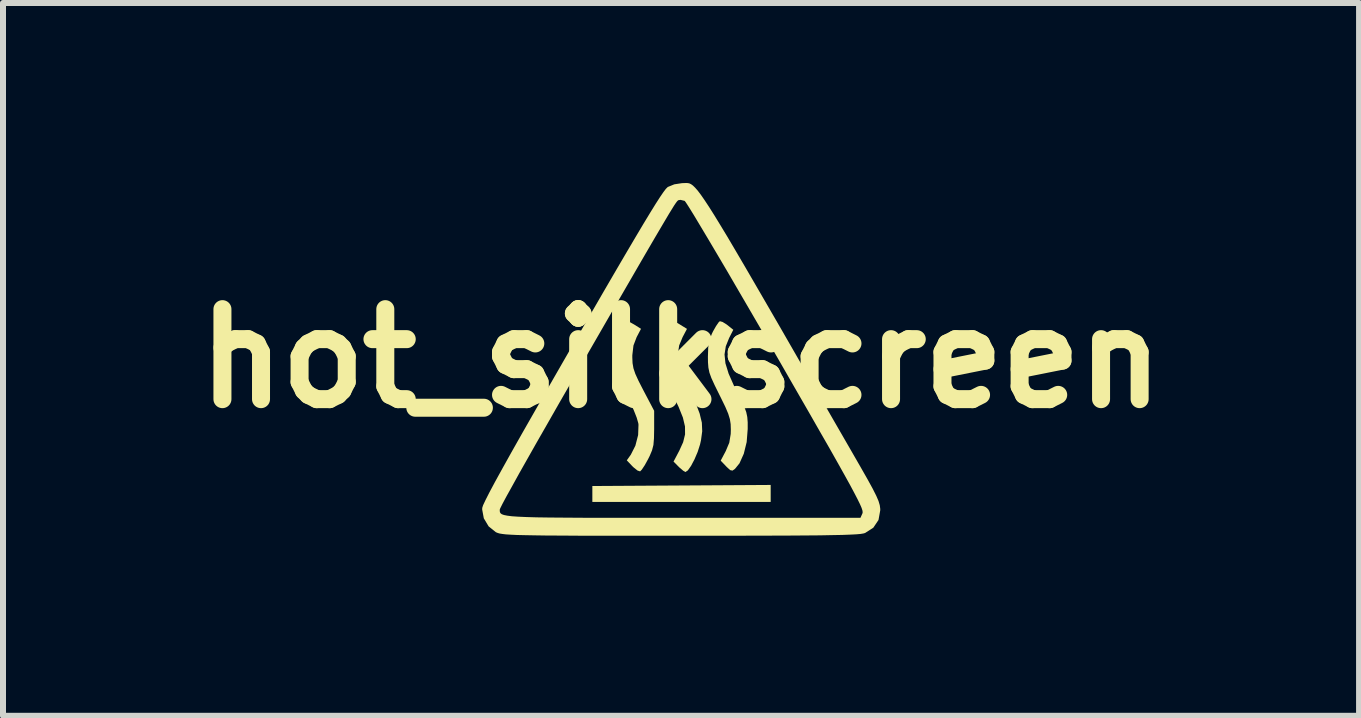
<source format=kicad_pcb>
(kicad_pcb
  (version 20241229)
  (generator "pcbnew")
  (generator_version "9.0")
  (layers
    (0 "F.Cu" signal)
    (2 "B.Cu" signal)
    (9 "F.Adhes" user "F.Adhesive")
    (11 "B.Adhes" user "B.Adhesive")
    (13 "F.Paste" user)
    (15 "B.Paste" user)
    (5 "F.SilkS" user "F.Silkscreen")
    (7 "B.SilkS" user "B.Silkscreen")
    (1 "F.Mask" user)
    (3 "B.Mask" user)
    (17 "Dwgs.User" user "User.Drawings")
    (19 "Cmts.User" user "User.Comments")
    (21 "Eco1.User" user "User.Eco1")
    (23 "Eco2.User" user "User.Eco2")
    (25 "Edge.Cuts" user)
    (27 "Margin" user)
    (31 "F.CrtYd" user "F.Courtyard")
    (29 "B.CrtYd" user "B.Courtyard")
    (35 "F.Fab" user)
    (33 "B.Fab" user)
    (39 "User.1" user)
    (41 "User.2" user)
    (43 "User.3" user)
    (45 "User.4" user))
  (footprint "hot_silkscreen"
    (layer "F.Cu")
    (at 8.3 2.924)
    (property "Reference" "hot_silkscreen" (at 0 0 0) (layer "F.SilkS") (effects (font (size 1.5 1.5) (thickness 0.3))))
    (attr board_only exclude_from_pos_files exclude_from_bom)
    (fp_poly (pts (xy 1.494 2.249) (xy 1.494 2.391) (xy 0.008 2.391) (xy -1.478 2.391) (xy -1.478 2.258) (xy -1.478 2.126) (xy 0.008 2.117) (xy 1.494 2.108)) (stroke (width 0) (type solid)) (fill yes) (layer "F.SilkS"))
    (fp_poly (pts (xy -0.87 -0.615) (xy -0.798 -0.575) (xy -0.777 -0.563) (xy -0.667 -0.494) (xy -0.74 -0.355) (xy -0.793 -0.216) (xy -0.812 -0.053) (xy -0.812 -0.017) (xy -0.808 0.078) (xy -0.793 0.164) (xy -0.762 0.256) (xy -0.709 0.372) (xy -0.629 0.528) (xy -0.448 0.872) (xy -0.448 1.177) (xy -0.451 1.331) (xy -0.46 1.441) (xy -0.483 1.531) (xy -0.522 1.624) (xy -0.548 1.676) (xy -0.604 1.778) (xy -0.653 1.852) (xy -0.682 1.882) (xy -0.725 1.868) (xy -0.789 1.817) (xy -0.811 1.796) (xy -0.904 1.698) (xy -0.837 1.604) (xy -0.761 1.454) (xy -0.715 1.276) (xy -0.709 1.105) (xy -0.712 1.08) (xy -0.739 0.986) (xy -0.789 0.859) (xy -0.853 0.726) (xy -0.864 0.705) (xy -0.996 0.429) (xy -1.077 0.184) (xy -1.107 -0.037) (xy -1.087 -0.244) (xy -1.02 -0.443) (xy -0.971 -0.541) (xy -0.931 -0.609) (xy -0.911 -0.631)) (stroke (width 0) (type solid)) (fill yes) (layer "F.SilkS"))
    (fp_poly (pts (xy -0.104 -0.615) (xy -0.035 -0.576) (xy -0.013 -0.562) (xy 0.099 -0.493) (xy 0.026 -0.355) (xy -0.031 -0.217) (xy -0.052 -0.078) (xy -0.037 0.073) (xy 0.016 0.248) (xy 0.109 0.46) (xy 0.139 0.52) (xy 0.242 0.738) (xy 0.31 0.917) (xy 0.347 1.07) (xy 0.353 1.213) (xy 0.333 1.361) (xy 0.317 1.433) (xy 0.277 1.558) (xy 0.224 1.682) (xy 0.167 1.79) (xy 0.114 1.865) (xy 0.073 1.893) (xy 0.036 1.871) (xy -0.026 1.818) (xy -0.038 1.806) (xy -0.125 1.719) (xy -0.029 1.537) (xy 0.035 1.396) (xy 0.067 1.266) (xy 0.066 1.133) (xy 0.031 0.985) (xy -0.041 0.806) (xy -0.121 0.641) (xy -0.202 0.476) (xy -0.258 0.351) (xy -0.292 0.248) (xy -0.312 0.151) (xy -0.323 0.041) (xy -0.324 0.023) (xy -0.33 -0.117) (xy -0.321 -0.222) (xy -0.292 -0.322) (xy -0.249 -0.427) (xy -0.2 -0.529) (xy -0.161 -0.603) (xy -0.141 -0.631) (xy -0.14 -0.631)) (stroke (width 0) (type solid)) (fill yes) (layer "F.SilkS"))
    (fp_poly (pts (xy 0.693 -0.608) (xy 0.762 -0.565) (xy 0.776 -0.554) (xy 0.871 -0.478) (xy 0.801 -0.34) (xy 0.746 -0.203) (xy 0.725 -0.067) (xy 0.74 0.081) (xy 0.793 0.253) (xy 0.885 0.461) (xy 0.921 0.533) (xy 1.001 0.69) (xy 1.054 0.805) (xy 1.087 0.895) (xy 1.104 0.976) (xy 1.111 1.065) (xy 1.111 1.176) (xy 1.094 1.393) (xy 1.046 1.588) (xy 0.974 1.748) (xy 0.899 1.84) (xy 0.858 1.869) (xy 0.819 1.861) (xy 0.762 1.809) (xy 0.751 1.797) (xy 0.661 1.703) (xy 0.745 1.544) (xy 0.804 1.404) (xy 0.828 1.258) (xy 0.83 1.185) (xy 0.827 1.094) (xy 0.814 1.011) (xy 0.786 0.92) (xy 0.738 0.807) (xy 0.664 0.655) (xy 0.639 0.605) (xy 0.56 0.445) (xy 0.506 0.327) (xy 0.473 0.236) (xy 0.456 0.153) (xy 0.449 0.064) (xy 0.448 -0.029) (xy 0.453 -0.184) (xy 0.473 -0.3) (xy 0.512 -0.407) (xy 0.531 -0.447) (xy 0.583 -0.539) (xy 0.627 -0.603) (xy 0.647 -0.621)) (stroke (width 0) (type solid)) (fill yes) (layer "F.SilkS"))
    (fp_poly (pts (xy 0.111 -2.923) (xy 0.138 -2.918) (xy 0.166 -2.905) (xy 0.198 -2.882) (xy 0.235 -2.846) (xy 0.279 -2.796) (xy 0.331 -2.727) (xy 0.392 -2.639) (xy 0.466 -2.527) (xy 0.552 -2.391) (xy 0.653 -2.226) (xy 0.771 -2.031) (xy 0.906 -1.802) (xy 1.061 -1.538) (xy 1.237 -1.235) (xy 1.436 -0.892) (xy 1.66 -0.505) (xy 1.909 -0.072) (xy 2.186 0.409) (xy 2.492 0.942) (xy 2.83 1.528) (xy 2.994 1.813) (xy 3.109 2.015) (xy 3.194 2.17) (xy 3.253 2.287) (xy 3.291 2.375) (xy 3.312 2.446) (xy 3.32 2.506) (xy 3.32 2.531) (xy 3.291 2.692) (xy 3.205 2.82) (xy 3.067 2.909) (xy 3.038 2.917) (xy 2.989 2.925) (xy 2.917 2.931) (xy 2.818 2.936) (xy 2.687 2.941) (xy 2.522 2.944) (xy 2.317 2.948) (xy 2.07 2.95) (xy 1.777 2.952) (xy 1.433 2.953) (xy 1.034 2.954) (xy 0.577 2.955) (xy 0.059 2.955) (xy -0.008 2.955) (xy -0.52 2.955) (xy -0.97 2.955) (xy -1.362 2.954) (xy -1.701 2.954) (xy -1.99 2.952) (xy -2.233 2.951) (xy -2.436 2.948) (xy -2.601 2.945) (xy -2.734 2.942) (xy -2.838 2.937) (xy -2.918 2.932) (xy -2.977 2.925) (xy -3.021 2.918) (xy -3.053 2.909) (xy -3.078 2.899) (xy -3.088 2.894) (xy -3.207 2.798) (xy -3.287 2.664) (xy -3.314 2.518) (xy -3.021 2.518) (xy -3.021 2.542) (xy -3.018 2.562) (xy -3.008 2.58) (xy -2.987 2.596) (xy -2.951 2.609) (xy -2.896 2.62) (xy -2.818 2.63) (xy -2.713 2.637) (xy -2.577 2.643) (xy -2.406 2.648) (xy -2.196 2.651) (xy -1.944 2.653) (xy -1.644 2.655) (xy -1.293 2.656) (xy -0.887 2.656) (xy -0.422 2.656) (xy 0.024 2.656) (xy 2.99 2.656) (xy 3.024 2.58) (xy 3.027 2.562) (xy 3.023 2.533) (xy 3.009 2.49) (xy 2.983 2.43) (xy 2.943 2.348) (xy 2.888 2.242) (xy 2.816 2.107) (xy 2.724 1.941) (xy 2.611 1.739) (xy 2.475 1.498) (xy 2.313 1.216) (xy 2.125 0.887) (xy 1.907 0.509) (xy 1.659 0.077) (xy 1.588 -0.046) (xy 1.369 -0.424) (xy 1.158 -0.787) (xy 0.959 -1.128) (xy 0.774 -1.446) (xy 0.604 -1.734) (xy 0.453 -1.989) (xy 0.322 -2.208) (xy 0.216 -2.385) (xy 0.135 -2.516) (xy 0.082 -2.598) (xy 0.061 -2.626) (xy -0.008 -2.643) (xy -0.039 -2.639) (xy -0.048 -2.635) (xy -0.058 -2.627) (xy -0.071 -2.612) (xy -0.09 -2.586) (xy -0.117 -2.546) (xy -0.152 -2.489) (xy -0.199 -2.413) (xy -0.259 -2.312) (xy -0.334 -2.185) (xy -0.426 -2.029) (xy -0.537 -1.839) (xy -0.669 -1.612) (xy -0.823 -1.346) (xy -1.002 -1.037) (xy -1.207 -0.682) (xy -1.44 -0.278) (xy -1.704 0.179) (xy -1.856 0.441) (xy -2.05 0.778) (xy -2.233 1.099) (xy -2.405 1.399) (xy -2.56 1.673) (xy -2.698 1.917) (xy -2.814 2.127) (xy -2.908 2.296) (xy -2.975 2.421) (xy -3.013 2.497) (xy -3.021 2.518) (xy -3.314 2.518) (xy -3.314 2.515) (xy -3.313 2.49) (xy -3.299 2.446) (xy -3.258 2.359) (xy -3.192 2.229) (xy -3.098 2.053) (xy -2.975 1.83) (xy -2.824 1.559) (xy -2.642 1.237) (xy -2.429 0.864) (xy -2.185 0.437) (xy -1.908 -0.045) (xy -1.812 -0.212) (xy -1.542 -0.678) (xy -1.304 -1.09) (xy -1.095 -1.449) (xy -0.913 -1.76) (xy -0.756 -2.026) (xy -0.624 -2.248) (xy -0.513 -2.431) (xy -0.422 -2.578) (xy -0.35 -2.69) (xy -0.294 -2.772) (xy -0.253 -2.826) (xy -0.224 -2.855) (xy -0.218 -2.859) (xy -0.112 -2.902) (xy 0.012 -2.921) (xy 0.025 -2.922) (xy 0.056 -2.923) (xy 0.084 -2.924)) (stroke (width 0) (type solid)) (fill yes) (layer "F.SilkS")))
  (gr_rect
    (start -3 -3)
    (end 19.6 8.879)
    (stroke (width 0.1) (type default))
    (fill no)
    (layer "Edge.Cuts")))
</source>
